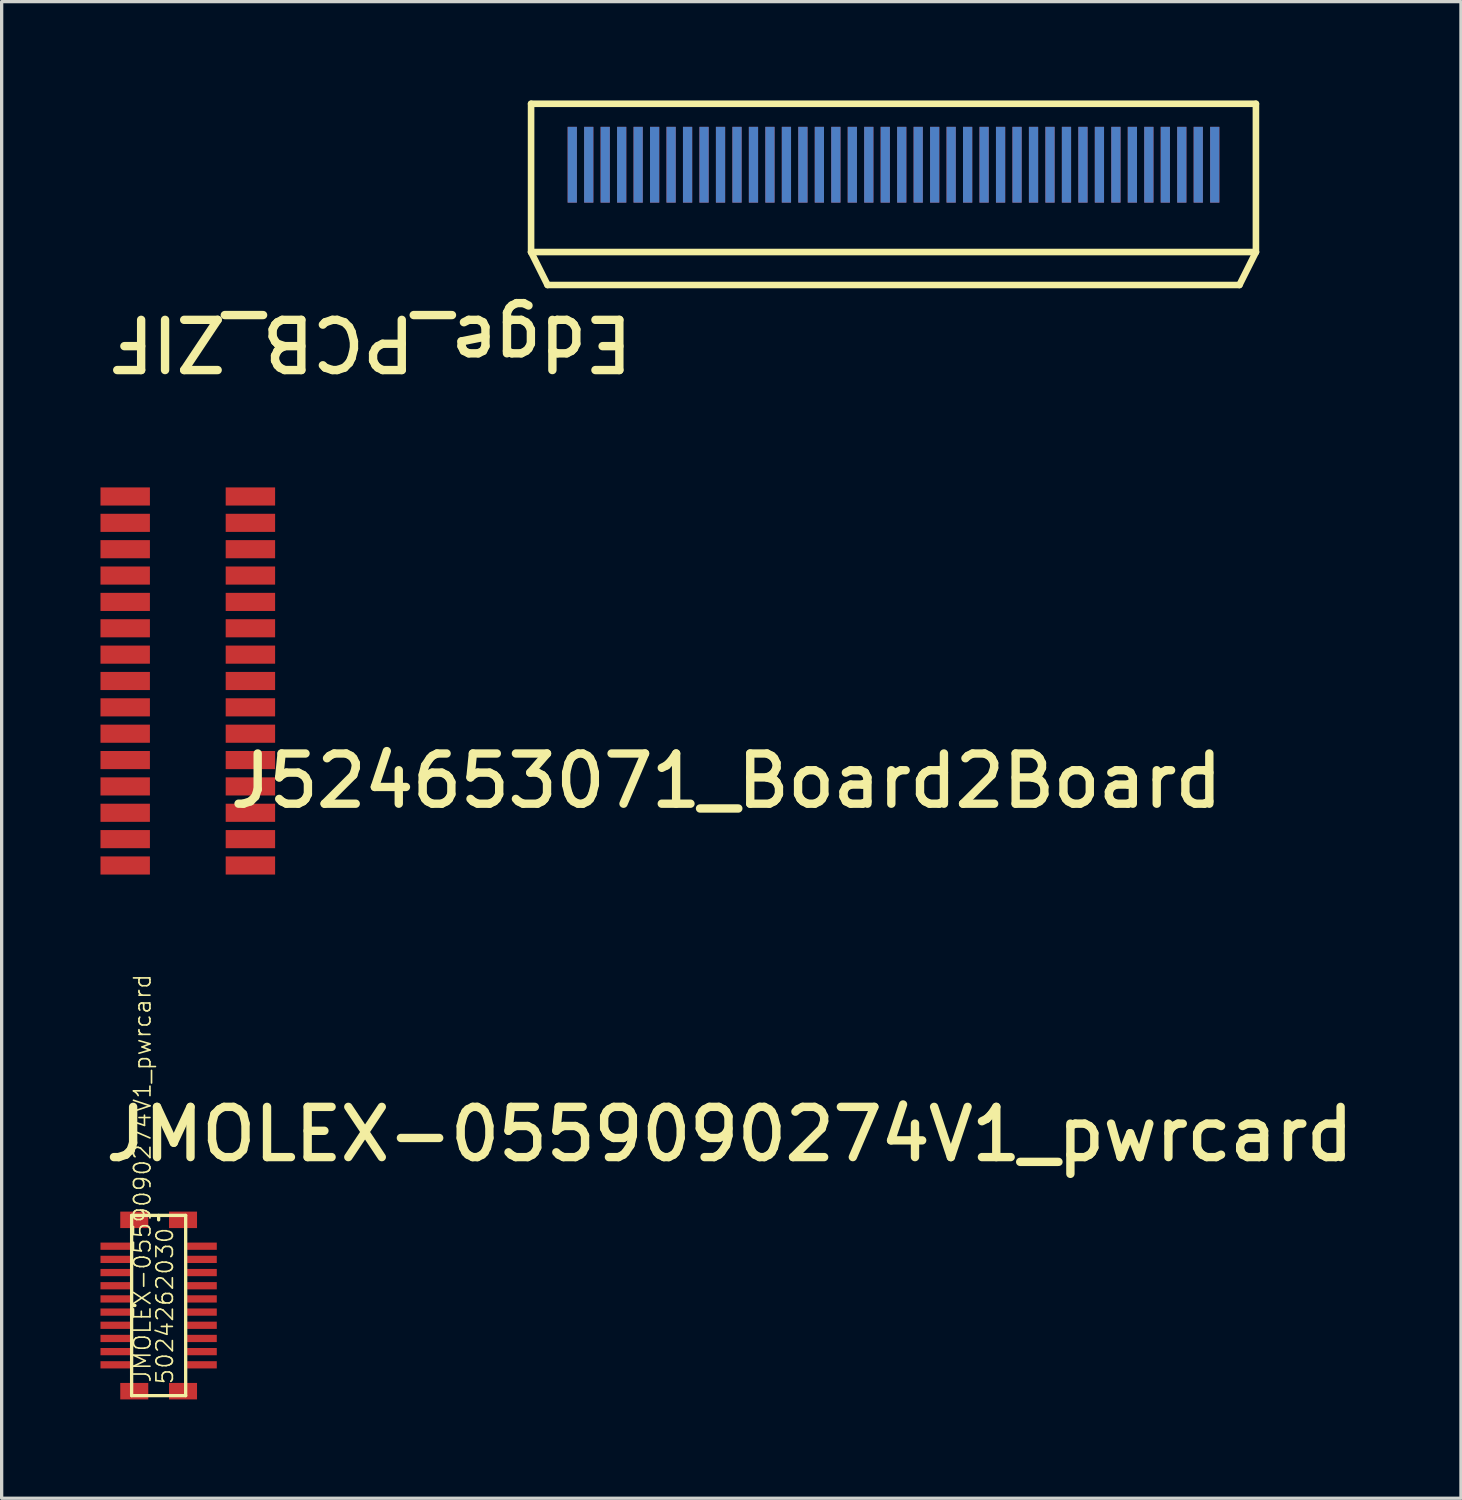
<source format=kicad_pcb>
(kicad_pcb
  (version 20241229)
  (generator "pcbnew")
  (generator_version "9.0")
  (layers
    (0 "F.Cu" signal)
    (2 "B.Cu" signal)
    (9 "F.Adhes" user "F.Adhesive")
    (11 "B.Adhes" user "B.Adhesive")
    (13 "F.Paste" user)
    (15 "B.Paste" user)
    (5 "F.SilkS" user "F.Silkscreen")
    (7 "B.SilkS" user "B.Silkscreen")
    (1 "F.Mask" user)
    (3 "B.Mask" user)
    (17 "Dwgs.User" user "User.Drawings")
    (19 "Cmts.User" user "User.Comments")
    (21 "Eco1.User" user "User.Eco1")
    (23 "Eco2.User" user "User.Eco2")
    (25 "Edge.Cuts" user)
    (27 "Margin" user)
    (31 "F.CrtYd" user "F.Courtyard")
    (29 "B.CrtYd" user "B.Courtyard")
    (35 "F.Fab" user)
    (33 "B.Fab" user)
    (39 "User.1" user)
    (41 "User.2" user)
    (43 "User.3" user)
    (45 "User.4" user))
  (footprint "JMOLEX-0559090274V1_pwrcard"
    (layer "F.Cu")
    (at 1.765 36.574)
    (property "Reference" "JMOLEX-0559090274V1_pwrcard" (at -1.74 -4.305 0) (unlocked yes) (layer "F.SilkS") (effects (font (size 1.524 1.524) (thickness 0.254)) (justify left bottom)))
    (property "Value" "5024262030" (at -1.74 5.829 0) (unlocked yes) (layer "F.SilkS") (hide yes) (effects (font (size 1.524 1.524) (thickness 0.254)) (justify left bottom)))
    (fp_line (start -0.82 2.735) (end -0.82 -2.735) (stroke (width 0.1) (type solid)) (layer "F.SilkS"))
    (fp_line (start -0.72 0) (end -0.82 0) (stroke (width 0.1) (type solid)) (layer "F.SilkS"))
    (fp_line (start 0 -2.6) (end 0 -2.735) (stroke (width 0.1) (type solid)) (layer "F.SilkS"))
    (fp_line (start 0.82 -2.735) (end -0.82 -2.735) (stroke (width 0.1) (type solid)) (layer "F.SilkS"))
    (fp_line (start 0.82 2.735) (end -0.82 2.735) (stroke (width 0.1) (type solid)) (layer "F.SilkS"))
    (fp_line (start 0.82 2.735) (end 0.82 -2.735) (stroke (width 0.1) (type solid)) (layer "F.SilkS"))
    (fp_text user "${REFERENCE}" (at -0.2 2.375 90) (unlocked yes) (layer "F.SilkS") (effects (font (size 0.5 0.5) (thickness 0.05)) (justify left bottom)))
    (fp_text user "${VALUE}" (at 0.48 2.43 90) (unlocked yes) (layer "F.SilkS") (effects (font (size 0.5 0.5) (thickness 0.05)) (justify left bottom)))
    (pad "1" smd rect (at -1.315 -1.8) (size 0.9 0.22) (layers "F.Cu" "F.Mask" "F.Paste"))
    (pad "2" smd rect (at 1.315 -1.8) (size 0.9 0.22) (layers "F.Cu" "F.Mask" "F.Paste"))
    (pad "3" smd rect (at -1.315 -1.4) (size 0.9 0.22) (layers "F.Cu" "F.Mask" "F.Paste"))
    (pad "4" smd rect (at 1.315 -1.4) (size 0.9 0.22) (layers "F.Cu" "F.Mask" "F.Paste"))
    (pad "5" smd rect (at -1.315 -1) (size 0.9 0.22) (layers "F.Cu" "F.Mask" "F.Paste"))
    (pad "6" smd rect (at 1.315 -1) (size 0.9 0.22) (layers "F.Cu" "F.Mask" "F.Paste"))
    (pad "7" smd rect (at -1.315 -0.6) (size 0.9 0.22) (layers "F.Cu" "F.Mask" "F.Paste"))
    (pad "8" smd rect (at 1.315 -0.6) (size 0.9 0.22) (layers "F.Cu" "F.Mask" "F.Paste"))
    (pad "9" smd rect (at -1.315 -0.2) (size 0.9 0.22) (layers "F.Cu" "F.Mask" "F.Paste"))
    (pad "10" smd rect (at 1.315 -0.2) (size 0.9 0.22) (layers "F.Cu" "F.Mask" "F.Paste"))
    (pad "11" smd rect (at -1.315 0.2) (size 0.9 0.22) (layers "F.Cu" "F.Mask" "F.Paste"))
    (pad "12" smd rect (at 1.315 0.2) (size 0.9 0.22) (layers "F.Cu" "F.Mask" "F.Paste"))
    (pad "13" smd rect (at -1.315 0.6) (size 0.9 0.22) (layers "F.Cu" "F.Mask" "F.Paste"))
    (pad "14" smd rect (at 1.315 0.6) (size 0.9 0.22) (layers "F.Cu" "F.Mask" "F.Paste"))
    (pad "15" smd rect (at -1.315 1) (size 0.9 0.22) (layers "F.Cu" "F.Mask" "F.Paste"))
    (pad "16" smd rect (at 1.315 1) (size 0.9 0.22) (layers "F.Cu" "F.Mask" "F.Paste"))
    (pad "17" smd rect (at -1.315 1.4) (size 0.9 0.22) (layers "F.Cu" "F.Mask" "F.Paste"))
    (pad "18" smd rect (at 1.315 1.4) (size 0.9 0.22) (layers "F.Cu" "F.Mask" "F.Paste"))
    (pad "19" smd rect (at -1.315 1.8) (size 0.9 0.22) (layers "F.Cu" "F.Mask" "F.Paste"))
    (pad "20" smd rect (at 1.315 1.8) (size 0.9 0.22) (layers "F.Cu" "F.Mask" "F.Paste"))
    (pad "T1" smd rect (at -0.74 -2.6) (size 0.85 0.5) (layers "F.Cu" "F.Mask" "F.Paste"))
    (pad "T2" smd rect (at -0.74 2.6) (size 0.85 0.5) (layers "F.Cu" "F.Mask" "F.Paste"))
    (pad "T3" smd rect (at 0.74 2.6) (size 0.85 0.5) (layers "F.Cu" "F.Mask" "F.Paste"))
    (pad "T4" smd rect (at 0.74 -2.6) (size 0.85 0.5) (layers "F.Cu" "F.Mask" "F.Paste")))
  (footprint "J524653071_Board2Board"
    (layer "F.Cu")
    (at 2.65 17.619)
    (property "Reference" "J524653071_Board2Board" (at 1.156 3.924 0) (unlocked yes) (layer "F.SilkS") (effects (font (size 1.524 1.524) (thickness 0.254)) (justify left bottom)))
    (pad "1" smd rect (at -1.9 -5.6 180) (size 1.5 0.55) (layers "F.Cu" "F.Mask" "F.Paste"))
    (pad "2" smd rect (at -1.9 -4.8 180) (size 1.5 0.55) (layers "F.Cu" "F.Mask" "F.Paste"))
    (pad "3" smd rect (at -1.9 -4 180) (size 1.5 0.55) (layers "F.Cu" "F.Mask" "F.Paste"))
    (pad "4" smd rect (at -1.9 -3.2 180) (size 1.5 0.55) (layers "F.Cu" "F.Mask" "F.Paste"))
    (pad "5" smd rect (at -1.9 -2.4 180) (size 1.5 0.55) (layers "F.Cu" "F.Mask" "F.Paste"))
    (pad "6" smd rect (at -1.9 -1.6 180) (size 1.5 0.55) (layers "F.Cu" "F.Mask" "F.Paste"))
    (pad "7" smd rect (at -1.9 -0.8 180) (size 1.5 0.55) (layers "F.Cu" "F.Mask" "F.Paste"))
    (pad "8" smd rect (at -1.9 0 180) (size 1.5 0.55) (layers "F.Cu" "F.Mask" "F.Paste"))
    (pad "9" smd rect (at -1.9 0.8 180) (size 1.5 0.55) (layers "F.Cu" "F.Mask" "F.Paste"))
    (pad "10" smd rect (at -1.9 1.6 180) (size 1.5 0.55) (layers "F.Cu" "F.Mask" "F.Paste"))
    (pad "11" smd rect (at -1.9 2.4 180) (size 1.5 0.55) (layers "F.Cu" "F.Mask" "F.Paste"))
    (pad "12" smd rect (at -1.9 3.2 180) (size 1.5 0.55) (layers "F.Cu" "F.Mask" "F.Paste"))
    (pad "13" smd rect (at -1.9 4 180) (size 1.5 0.55) (layers "F.Cu" "F.Mask" "F.Paste"))
    (pad "14" smd rect (at -1.9 4.8 180) (size 1.5 0.55) (layers "F.Cu" "F.Mask" "F.Paste"))
    (pad "15" smd rect (at -1.9 5.6 180) (size 1.5 0.55) (layers "F.Cu" "F.Mask" "F.Paste"))
    (pad "16" smd rect (at 1.9 5.6 180) (size 1.5 0.55) (layers "F.Cu" "F.Mask" "F.Paste"))
    (pad "17" smd rect (at 1.9 4.8 180) (size 1.5 0.55) (layers "F.Cu" "F.Mask" "F.Paste"))
    (pad "18" smd rect (at 1.9 4 180) (size 1.5 0.55) (layers "F.Cu" "F.Mask" "F.Paste"))
    (pad "19" smd rect (at 1.9 3.2 180) (size 1.5 0.55) (layers "F.Cu" "F.Mask" "F.Paste"))
    (pad "20" smd rect (at 1.9 2.4 180) (size 1.5 0.55) (layers "F.Cu" "F.Mask" "F.Paste"))
    (pad "21" smd rect (at 1.9 1.6 180) (size 1.5 0.55) (layers "F.Cu" "F.Mask" "F.Paste"))
    (pad "22" smd rect (at 1.9 0.8 180) (size 1.5 0.55) (layers "F.Cu" "F.Mask" "F.Paste"))
    (pad "23" smd rect (at 1.9 0 180) (size 1.5 0.55) (layers "F.Cu" "F.Mask" "F.Paste"))
    (pad "24" smd rect (at 1.9 -0.8 180) (size 1.5 0.55) (layers "F.Cu" "F.Mask" "F.Paste"))
    (pad "25" smd rect (at 1.9 -1.6 180) (size 1.5 0.55) (layers "F.Cu" "F.Mask" "F.Paste"))
    (pad "26" smd rect (at 1.9 -2.4 180) (size 1.5 0.55) (layers "F.Cu" "F.Mask" "F.Paste"))
    (pad "27" smd rect (at 1.9 -3.2 180) (size 1.5 0.55) (layers "F.Cu" "F.Mask" "F.Paste"))
    (pad "28" smd rect (at 1.9 -4 180) (size 1.5 0.55) (layers "F.Cu" "F.Mask" "F.Paste"))
    (pad "29" smd rect (at 1.9 -4.8 180) (size 1.5 0.55) (layers "F.Cu" "F.Mask" "F.Paste"))
    (pad "30" smd rect (at 1.9 -5.6 180) (size 1.5 0.55) (layers "F.Cu" "F.Mask" "F.Paste")))
  (footprint "Edge_PCB_ZIF"
    (layer "F.Cu")
    (at 24.069 1.95)
    (property "Reference" "Edge_PCB_ZIF" (at -7.791 4.508 180) (unlocked yes) (layer "F.SilkS") (effects (font (size 1.524 1.524) (thickness 0.254)) (justify left bottom)))
    (fp_line (start -11 -1.85) (end -11 2.65) (stroke (width 0.2) (type solid)) (layer "F.SilkS"))
    (fp_line (start -11 -1.85) (end 11 -1.85) (stroke (width 0.2) (type solid)) (layer "F.SilkS"))
    (fp_line (start -11 2.65) (end -10.5 3.65) (stroke (width 0.2) (type solid)) (layer "F.SilkS"))
    (fp_line (start -11 2.65) (end 11 2.65) (stroke (width 0.2) (type solid)) (layer "F.SilkS"))
    (fp_line (start 10.5 3.65) (end -10.5 3.65) (stroke (width 0.2) (type solid)) (layer "F.SilkS"))
    (fp_line (start 11 -1.85) (end 11 2.65) (stroke (width 0.2) (type solid)) (layer "F.SilkS"))
    (fp_line (start 11 2.65) (end 10.5 3.65) (stroke (width 0.2) (type solid)) (layer "F.SilkS"))
    (fp_line (start -11 -1.85) (end -11 2.65) (stroke (width 0.2) (type solid)) (layer "User.3"))
    (fp_line (start -11 -1.85) (end 11 -1.85) (stroke (width 0.2) (type solid)) (layer "User.3"))
    (fp_line (start -11 2.65) (end -10.5 3.65) (stroke (width 0.2) (type solid)) (layer "User.3"))
    (fp_line (start -11 2.65) (end 11 2.65) (stroke (width 0.2) (type solid)) (layer "User.3"))
    (fp_line (start 10.5 3.65) (end -10.5 3.65) (stroke (width 0.2) (type solid)) (layer "User.3"))
    (fp_line (start 11 -1.85) (end 11 2.65) (stroke (width 0.2) (type solid)) (layer "User.3"))
    (fp_line (start 11 2.65) (end 10.5 3.65) (stroke (width 0.2) (type solid)) (layer "User.3"))
    (pad "1" smd rect (at -9.75 0) (size 0.28 2.3) (layers "F.Cu" "F.Mask" "F.Paste"))
    (pad "2" smd rect (at -9.75 0) (size 0.28 2.3) (layers "B.Cu" "B.Mask" "B.Paste"))
    (pad "3" smd rect (at -9.25 0) (size 0.28 2.3) (layers "F.Cu" "F.Mask" "F.Paste"))
    (pad "4" smd rect (at -9.25 0) (size 0.28 2.3) (layers "B.Cu" "B.Mask" "B.Paste"))
    (pad "5" smd rect (at -8.75 0) (size 0.28 2.3) (layers "F.Cu" "F.Mask" "F.Paste"))
    (pad "6" smd rect (at -8.75 0) (size 0.28 2.3) (layers "B.Cu" "B.Mask" "B.Paste"))
    (pad "7" smd rect (at -8.25 0) (size 0.28 2.3) (layers "F.Cu" "F.Mask" "F.Paste"))
    (pad "8" smd rect (at -8.25 0) (size 0.28 2.3) (layers "B.Cu" "B.Mask" "B.Paste"))
    (pad "9" smd rect (at -7.75 0) (size 0.28 2.3) (layers "F.Cu" "F.Mask" "F.Paste"))
    (pad "10" smd rect (at -7.75 0) (size 0.28 2.3) (layers "B.Cu" "B.Mask" "B.Paste"))
    (pad "11" smd rect (at -7.25 0) (size 0.28 2.3) (layers "F.Cu" "F.Mask" "F.Paste"))
    (pad "12" smd rect (at -7.25 0) (size 0.28 2.3) (layers "B.Cu" "B.Mask" "B.Paste"))
    (pad "13" smd rect (at -6.75 0) (size 0.28 2.3) (layers "F.Cu" "F.Mask" "F.Paste"))
    (pad "14" smd rect (at -6.75 0) (size 0.28 2.3) (layers "B.Cu" "B.Mask" "B.Paste"))
    (pad "15" smd rect (at -6.25 0) (size 0.28 2.3) (layers "F.Cu" "F.Mask" "F.Paste"))
    (pad "16" smd rect (at -6.25 0) (size 0.28 2.3) (layers "B.Cu" "B.Mask" "B.Paste"))
    (pad "17" smd rect (at -5.75 0) (size 0.28 2.3) (layers "F.Cu" "F.Mask" "F.Paste"))
    (pad "18" smd rect (at -5.75 0) (size 0.28 2.3) (layers "B.Cu" "B.Mask" "B.Paste"))
    (pad "19" smd rect (at -5.25 0) (size 0.28 2.3) (layers "F.Cu" "F.Mask" "F.Paste"))
    (pad "20" smd rect (at -5.25 0) (size 0.28 2.3) (layers "B.Cu" "B.Mask" "B.Paste"))
    (pad "21" smd rect (at -4.75 0) (size 0.28 2.3) (layers "F.Cu" "F.Mask" "F.Paste"))
    (pad "22" smd rect (at -4.75 0) (size 0.28 2.3) (layers "B.Cu" "B.Mask" "B.Paste"))
    (pad "23" smd rect (at -4.25 0) (size 0.28 2.3) (layers "F.Cu" "F.Mask" "F.Paste"))
    (pad "24" smd rect (at -4.25 0) (size 0.28 2.3) (layers "B.Cu" "B.Mask" "B.Paste"))
    (pad "25" smd rect (at -3.75 0) (size 0.28 2.3) (layers "F.Cu" "F.Mask" "F.Paste"))
    (pad "26" smd rect (at -3.75 0) (size 0.28 2.3) (layers "B.Cu" "B.Mask" "B.Paste"))
    (pad "27" smd rect (at -3.25 0) (size 0.28 2.3) (layers "F.Cu" "F.Mask" "F.Paste"))
    (pad "28" smd rect (at -3.25 0) (size 0.28 2.3) (layers "B.Cu" "B.Mask" "B.Paste"))
    (pad "29" smd rect (at -2.75 0) (size 0.28 2.3) (layers "F.Cu" "F.Mask" "F.Paste"))
    (pad "30" smd rect (at -2.75 0) (size 0.28 2.3) (layers "B.Cu" "B.Mask" "B.Paste"))
    (pad "31" smd rect (at -2.25 0) (size 0.28 2.3) (layers "F.Cu" "F.Mask" "F.Paste"))
    (pad "32" smd rect (at -2.25 0) (size 0.28 2.3) (layers "B.Cu" "B.Mask" "B.Paste"))
    (pad "33" smd rect (at -1.75 0) (size 0.28 2.3) (layers "F.Cu" "F.Mask" "F.Paste"))
    (pad "34" smd rect (at -1.75 0) (size 0.28 2.3) (layers "B.Cu" "B.Mask" "B.Paste"))
    (pad "35" smd rect (at -1.25 0) (size 0.28 2.3) (layers "F.Cu" "F.Mask" "F.Paste"))
    (pad "36" smd rect (at -1.25 0) (size 0.28 2.3) (layers "B.Cu" "B.Mask" "B.Paste"))
    (pad "37" smd rect (at -0.75 0) (size 0.28 2.3) (layers "F.Cu" "F.Mask" "F.Paste"))
    (pad "38" smd rect (at -0.75 0) (size 0.28 2.3) (layers "B.Cu" "B.Mask" "B.Paste"))
    (pad "39" smd rect (at -0.25 0) (size 0.28 2.3) (layers "F.Cu" "F.Mask" "F.Paste"))
    (pad "40" smd rect (at -0.25 0) (size 0.28 2.3) (layers "B.Cu" "B.Mask" "B.Paste"))
    (pad "41" smd rect (at 0.25 0) (size 0.28 2.3) (layers "F.Cu" "F.Mask" "F.Paste"))
    (pad "42" smd rect (at 0.25 0) (size 0.28 2.3) (layers "B.Cu" "B.Mask" "B.Paste"))
    (pad "43" smd rect (at 0.75 0) (size 0.28 2.3) (layers "F.Cu" "F.Mask" "F.Paste"))
    (pad "44" smd rect (at 0.75 0) (size 0.28 2.3) (layers "B.Cu" "B.Mask" "B.Paste"))
    (pad "45" smd rect (at 1.25 0) (size 0.28 2.3) (layers "F.Cu" "F.Mask" "F.Paste"))
    (pad "46" smd rect (at 1.25 0) (size 0.28 2.3) (layers "B.Cu" "B.Mask" "B.Paste"))
    (pad "47" smd rect (at 1.75 0) (size 0.28 2.3) (layers "F.Cu" "F.Mask" "F.Paste"))
    (pad "48" smd rect (at 1.75 0) (size 0.28 2.3) (layers "B.Cu" "B.Mask" "B.Paste"))
    (pad "49" smd rect (at 2.25 0) (size 0.28 2.3) (layers "F.Cu" "F.Mask" "F.Paste"))
    (pad "50" smd rect (at 2.25 0) (size 0.28 2.3) (layers "B.Cu" "B.Mask" "B.Paste"))
    (pad "51" smd rect (at 2.75 0) (size 0.28 2.3) (layers "F.Cu" "F.Mask" "F.Paste"))
    (pad "52" smd rect (at 2.75 0) (size 0.28 2.3) (layers "B.Cu" "B.Mask" "B.Paste"))
    (pad "53" smd rect (at 3.25 0) (size 0.28 2.3) (layers "F.Cu" "F.Mask" "F.Paste"))
    (pad "54" smd rect (at 3.25 0) (size 0.28 2.3) (layers "B.Cu" "B.Mask" "B.Paste"))
    (pad "55" smd rect (at 3.75 0) (size 0.28 2.3) (layers "F.Cu" "F.Mask" "F.Paste"))
    (pad "56" smd rect (at 3.75 0) (size 0.28 2.3) (layers "B.Cu" "B.Mask" "B.Paste"))
    (pad "57" smd rect (at 4.25 0) (size 0.28 2.3) (layers "F.Cu" "F.Mask" "F.Paste"))
    (pad "58" smd rect (at 4.25 0) (size 0.28 2.3) (layers "B.Cu" "B.Mask" "B.Paste"))
    (pad "59" smd rect (at 4.75 0) (size 0.28 2.3) (layers "F.Cu" "F.Mask" "F.Paste"))
    (pad "60" smd rect (at 4.75 0) (size 0.28 2.3) (layers "B.Cu" "B.Mask" "B.Paste"))
    (pad "61" smd rect (at 5.25 0) (size 0.28 2.3) (layers "F.Cu" "F.Mask" "F.Paste"))
    (pad "62" smd rect (at 5.25 0) (size 0.28 2.3) (layers "B.Cu" "B.Mask" "B.Paste"))
    (pad "63" smd rect (at 5.75 0) (size 0.28 2.3) (layers "F.Cu" "F.Mask" "F.Paste"))
    (pad "64" smd rect (at 5.75 0) (size 0.28 2.3) (layers "B.Cu" "B.Mask" "B.Paste"))
    (pad "65" smd rect (at 6.25 0) (size 0.28 2.3) (layers "F.Cu" "F.Mask" "F.Paste"))
    (pad "66" smd rect (at 6.25 0) (size 0.28 2.3) (layers "B.Cu" "B.Mask" "B.Paste"))
    (pad "67" smd rect (at 6.75 0) (size 0.28 2.3) (layers "F.Cu" "F.Mask" "F.Paste"))
    (pad "68" smd rect (at 6.75 0) (size 0.28 2.3) (layers "B.Cu" "B.Mask" "B.Paste"))
    (pad "69" smd rect (at 7.25 0) (size 0.28 2.3) (layers "F.Cu" "F.Mask" "F.Paste"))
    (pad "70" smd rect (at 7.25 0) (size 0.28 2.3) (layers "B.Cu" "B.Mask" "B.Paste"))
    (pad "71" smd rect (at 7.75 0) (size 0.28 2.3) (layers "F.Cu" "F.Mask" "F.Paste"))
    (pad "72" smd rect (at 7.75 0) (size 0.28 2.3) (layers "B.Cu" "B.Mask" "B.Paste"))
    (pad "73" smd rect (at 8.25 0) (size 0.28 2.3) (layers "F.Cu" "F.Mask" "F.Paste"))
    (pad "74" smd rect (at 8.25 0) (size 0.28 2.3) (layers "B.Cu" "B.Mask" "B.Paste"))
    (pad "75" smd rect (at 8.75 0) (size 0.28 2.3) (layers "F.Cu" "F.Mask" "F.Paste"))
    (pad "76" smd rect (at 8.75 0) (size 0.28 2.3) (layers "B.Cu" "B.Mask" "B.Paste"))
    (pad "77" smd rect (at 9.25 0) (size 0.28 2.3) (layers "F.Cu" "F.Mask" "F.Paste"))
    (pad "78" smd rect (at 9.25 0) (size 0.28 2.3) (layers "B.Cu" "B.Mask" "B.Paste"))
    (pad "79" smd rect (at 9.75 0) (size 0.28 2.3) (layers "F.Cu" "F.Mask" "F.Paste"))
    (pad "80" smd rect (at 9.75 0) (size 0.28 2.3) (layers "B.Cu" "B.Mask" "B.Paste")))
  (gr_rect
    (start -3 -3)
    (end 41.292 42.424)
    (stroke (width 0.1) (type default))
    (fill no)
    (layer "Edge.Cuts")))
</source>
